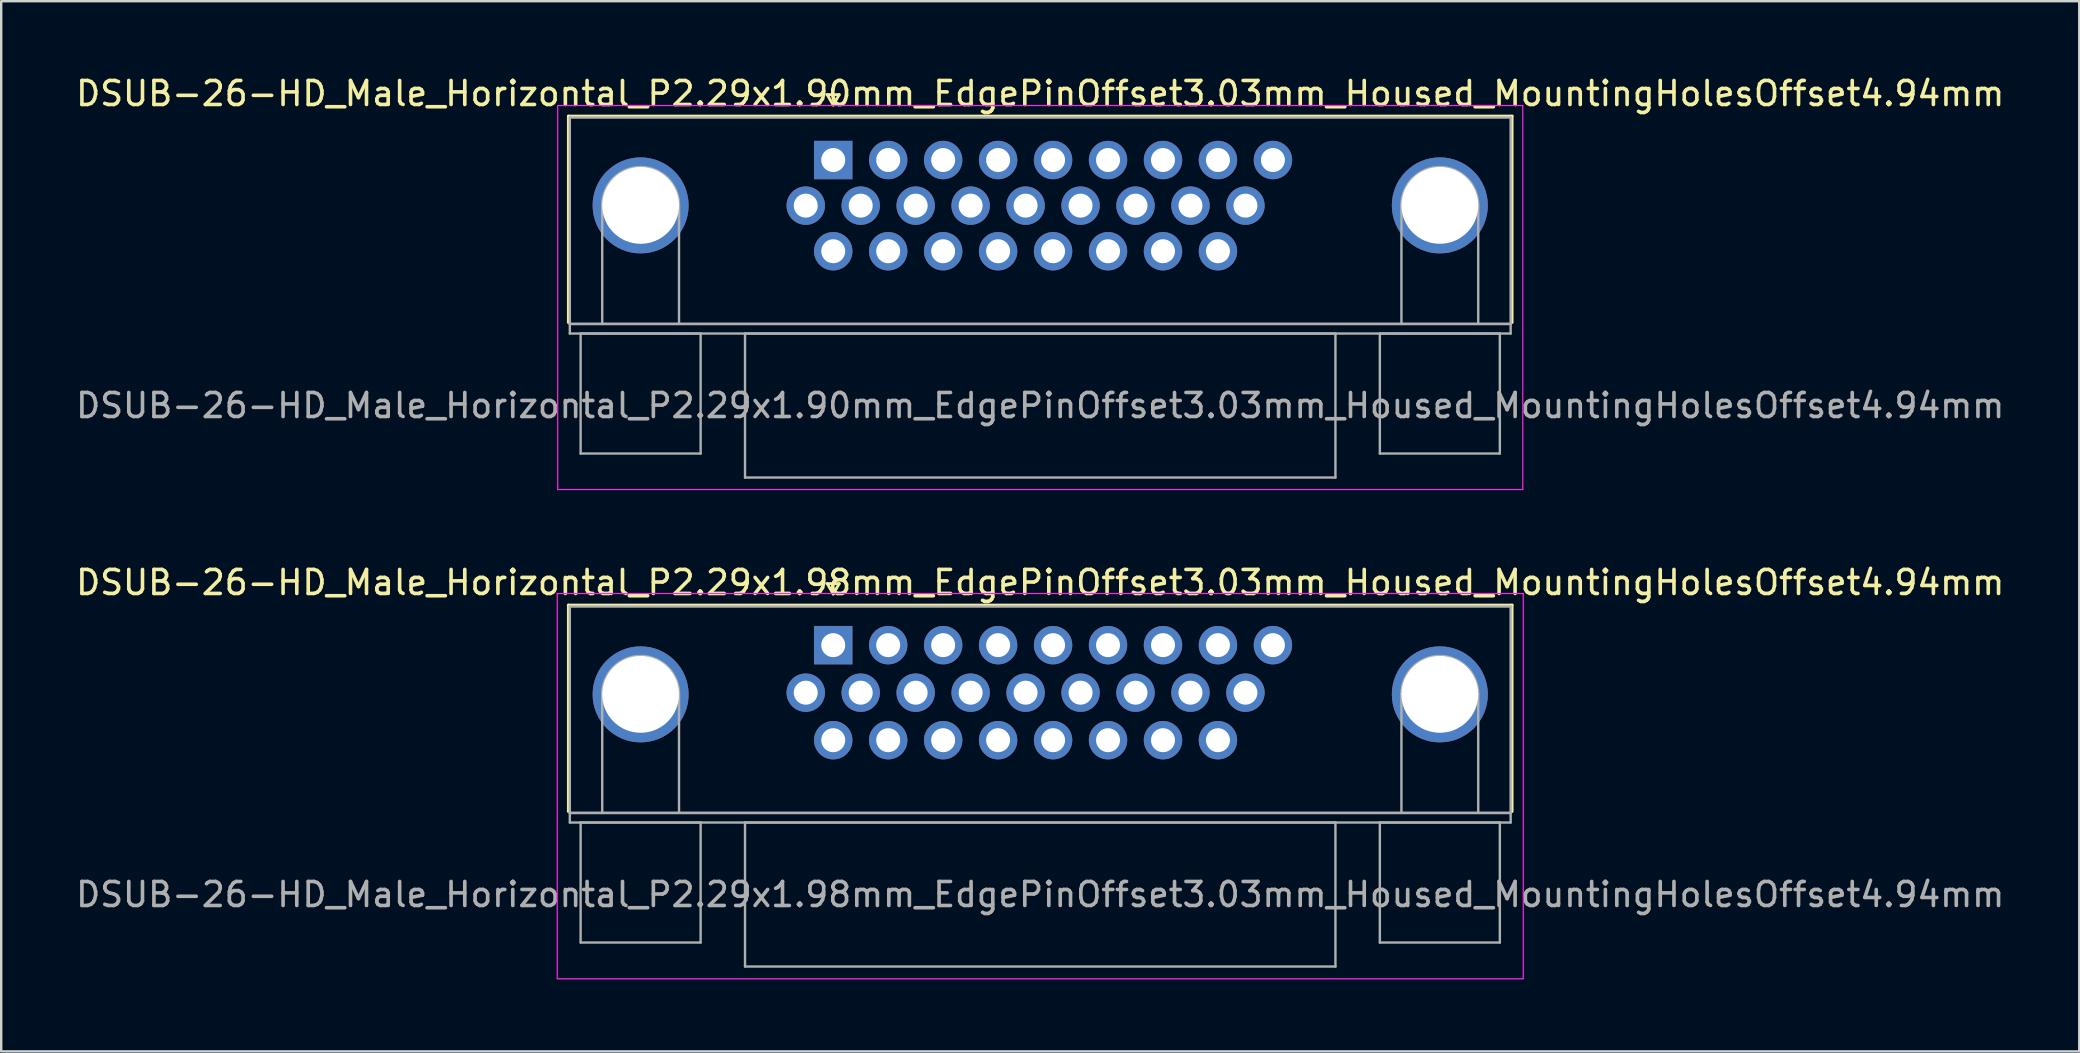
<source format=kicad_pcb>
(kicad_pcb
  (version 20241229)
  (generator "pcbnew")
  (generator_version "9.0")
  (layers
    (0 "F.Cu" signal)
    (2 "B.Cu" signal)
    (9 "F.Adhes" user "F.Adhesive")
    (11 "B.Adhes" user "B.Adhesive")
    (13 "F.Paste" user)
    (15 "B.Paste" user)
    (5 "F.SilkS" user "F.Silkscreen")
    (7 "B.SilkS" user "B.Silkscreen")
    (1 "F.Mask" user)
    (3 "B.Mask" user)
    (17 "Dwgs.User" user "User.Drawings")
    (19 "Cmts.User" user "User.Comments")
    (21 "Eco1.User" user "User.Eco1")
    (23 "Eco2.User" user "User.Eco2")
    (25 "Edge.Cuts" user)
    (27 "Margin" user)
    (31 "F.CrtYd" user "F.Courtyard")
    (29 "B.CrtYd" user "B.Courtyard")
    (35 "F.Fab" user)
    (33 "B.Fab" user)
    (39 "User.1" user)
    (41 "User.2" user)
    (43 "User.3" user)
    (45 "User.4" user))
  (footprint "DSUB-26-HD_Male_Horizontal_P2.29x1.98mm_EdgePinOffset3.03mm_Housed_MountingHolesOffset4.94mm"
    (layer "F.Cu")
    (at 31.667 23.831)
    (property "Reference" "DSUB-26-HD_Male_Horizontal_P2.29x1.98mm_EdgePinOffset3.03mm_Housed_MountingHolesOffset4.94mm" (at 8.625 -2.61 0) (layer "F.SilkS") (effects (font (size 1 1) (thickness 0.15))))
    (attr through_hole)
    (fp_line (start -11.035 -1.67) (end 28.285 -1.67) (stroke (width 0.12) (type solid)) (layer "F.SilkS"))
    (fp_line (start -11.035 6.93) (end -11.035 -1.67) (stroke (width 0.12) (type solid)) (layer "F.SilkS"))
    (fp_line (start -0.25 -2.564) (end 0.25 -2.564) (stroke (width 0.12) (type solid)) (layer "F.SilkS"))
    (fp_line (start 0 -2.131) (end -0.25 -2.564) (stroke (width 0.12) (type solid)) (layer "F.SilkS"))
    (fp_line (start 0.25 -2.564) (end 0 -2.131) (stroke (width 0.12) (type solid)) (layer "F.SilkS"))
    (fp_line (start 28.285 -1.67) (end 28.285 6.93) (stroke (width 0.12) (type solid)) (layer "F.SilkS"))
    (fp_line (start -11.5 -2.15) (end -11.5 13.9) (stroke (width 0.05) (type solid)) (layer "F.CrtYd"))
    (fp_line (start -11.5 13.9) (end 28.75 13.9) (stroke (width 0.05) (type solid)) (layer "F.CrtYd"))
    (fp_line (start 28.75 -2.15) (end -11.5 -2.15) (stroke (width 0.05) (type solid)) (layer "F.CrtYd"))
    (fp_line (start 28.75 13.9) (end 28.75 -2.15) (stroke (width 0.05) (type solid)) (layer "F.CrtYd"))
    (fp_line (start -10.975 -1.61) (end -10.975 6.99) (stroke (width 0.1) (type solid)) (layer "F.Fab"))
    (fp_line (start -10.975 6.99) (end -10.975 7.39) (stroke (width 0.1) (type solid)) (layer "F.Fab"))
    (fp_line (start -10.975 6.99) (end 28.225 6.99) (stroke (width 0.1) (type solid)) (layer "F.Fab"))
    (fp_line (start -10.975 7.39) (end 28.225 7.39) (stroke (width 0.1) (type solid)) (layer "F.Fab"))
    (fp_line (start -10.525 7.39) (end -10.525 12.39) (stroke (width 0.1) (type solid)) (layer "F.Fab"))
    (fp_line (start -10.525 12.39) (end -5.525 12.39) (stroke (width 0.1) (type solid)) (layer "F.Fab"))
    (fp_line (start -9.625 6.99) (end -9.625 2.05) (stroke (width 0.1) (type solid)) (layer "F.Fab"))
    (fp_line (start -6.425 6.99) (end -6.425 2.05) (stroke (width 0.1) (type solid)) (layer "F.Fab"))
    (fp_line (start -5.525 7.39) (end -10.525 7.39) (stroke (width 0.1) (type solid)) (layer "F.Fab"))
    (fp_line (start -5.525 12.39) (end -5.525 7.39) (stroke (width 0.1) (type solid)) (layer "F.Fab"))
    (fp_line (start -3.675 7.39) (end -3.675 13.39) (stroke (width 0.1) (type solid)) (layer "F.Fab"))
    (fp_line (start -3.675 13.39) (end 20.925 13.39) (stroke (width 0.1) (type solid)) (layer "F.Fab"))
    (fp_line (start 20.925 7.39) (end -3.675 7.39) (stroke (width 0.1) (type solid)) (layer "F.Fab"))
    (fp_line (start 20.925 13.39) (end 20.925 7.39) (stroke (width 0.1) (type solid)) (layer "F.Fab"))
    (fp_line (start 22.775 7.39) (end 22.775 12.39) (stroke (width 0.1) (type solid)) (layer "F.Fab"))
    (fp_line (start 22.775 12.39) (end 27.775 12.39) (stroke (width 0.1) (type solid)) (layer "F.Fab"))
    (fp_line (start 23.675 6.99) (end 23.675 2.05) (stroke (width 0.1) (type solid)) (layer "F.Fab"))
    (fp_line (start 26.875 6.99) (end 26.875 2.05) (stroke (width 0.1) (type solid)) (layer "F.Fab"))
    (fp_line (start 27.775 7.39) (end 22.775 7.39) (stroke (width 0.1) (type solid)) (layer "F.Fab"))
    (fp_line (start 27.775 12.39) (end 27.775 7.39) (stroke (width 0.1) (type solid)) (layer "F.Fab"))
    (fp_line (start 28.225 -1.61) (end -10.975 -1.61) (stroke (width 0.1) (type solid)) (layer "F.Fab"))
    (fp_line (start 28.225 6.99) (end -10.975 6.99) (stroke (width 0.1) (type solid)) (layer "F.Fab"))
    (fp_line (start 28.225 6.99) (end 28.225 -1.61) (stroke (width 0.1) (type solid)) (layer "F.Fab"))
    (fp_line (start 28.225 7.39) (end 28.225 6.99) (stroke (width 0.1) (type solid)) (layer "F.Fab"))
    (fp_arc (start -9.625 2.05) (mid -8.025 0.45) (end -6.425 2.05) (stroke (width 0.1) (type solid)) (layer "F.Fab"))
    (fp_arc (start 23.675 2.05) (mid 25.275 0.45) (end 26.875 2.05) (stroke (width 0.1) (type solid)) (layer "F.Fab"))
    (fp_text user "${REFERENCE}" (at 8.625 10.39 0) (layer "F.Fab") (effects (font (size 1 1) (thickness 0.15))))
    (pad "0" thru_hole circle (at -8.025 2.05) (size 4 4) (drill 3.2) (layers "*.Cu" "*.Mask"))
    (pad "0" thru_hole circle (at 25.275 2.05) (size 4 4) (drill 3.2) (layers "*.Cu" "*.Mask"))
    (pad "1" thru_hole rect (at 0 0) (size 1.6 1.6) (drill 1) (layers "*.Cu" "*.Mask"))
    (pad "2" thru_hole circle (at 2.29 0) (size 1.6 1.6) (drill 1) (layers "*.Cu" "*.Mask"))
    (pad "3" thru_hole circle (at 4.58 0) (size 1.6 1.6) (drill 1) (layers "*.Cu" "*.Mask"))
    (pad "4" thru_hole circle (at 6.87 0) (size 1.6 1.6) (drill 1) (layers "*.Cu" "*.Mask"))
    (pad "5" thru_hole circle (at 9.16 0) (size 1.6 1.6) (drill 1) (layers "*.Cu" "*.Mask"))
    (pad "6" thru_hole circle (at 11.45 0) (size 1.6 1.6) (drill 1) (layers "*.Cu" "*.Mask"))
    (pad "7" thru_hole circle (at 13.74 0) (size 1.6 1.6) (drill 1) (layers "*.Cu" "*.Mask"))
    (pad "8" thru_hole circle (at 16.03 0) (size 1.6 1.6) (drill 1) (layers "*.Cu" "*.Mask"))
    (pad "9" thru_hole circle (at 18.32 0) (size 1.6 1.6) (drill 1) (layers "*.Cu" "*.Mask"))
    (pad "10" thru_hole circle (at -1.145 1.98) (size 1.6 1.6) (drill 1) (layers "*.Cu" "*.Mask"))
    (pad "11" thru_hole circle (at 1.145 1.98) (size 1.6 1.6) (drill 1) (layers "*.Cu" "*.Mask"))
    (pad "12" thru_hole circle (at 3.435 1.98) (size 1.6 1.6) (drill 1) (layers "*.Cu" "*.Mask"))
    (pad "13" thru_hole circle (at 5.725 1.98) (size 1.6 1.6) (drill 1) (layers "*.Cu" "*.Mask"))
    (pad "14" thru_hole circle (at 8.015 1.98) (size 1.6 1.6) (drill 1) (layers "*.Cu" "*.Mask"))
    (pad "15" thru_hole circle (at 10.305 1.98) (size 1.6 1.6) (drill 1) (layers "*.Cu" "*.Mask"))
    (pad "16" thru_hole circle (at 12.595 1.98) (size 1.6 1.6) (drill 1) (layers "*.Cu" "*.Mask"))
    (pad "17" thru_hole circle (at 14.885 1.98) (size 1.6 1.6) (drill 1) (layers "*.Cu" "*.Mask"))
    (pad "18" thru_hole circle (at 17.175 1.98) (size 1.6 1.6) (drill 1) (layers "*.Cu" "*.Mask"))
    (pad "19" thru_hole circle (at 0 3.96) (size 1.6 1.6) (drill 1) (layers "*.Cu" "*.Mask"))
    (pad "20" thru_hole circle (at 2.29 3.96) (size 1.6 1.6) (drill 1) (layers "*.Cu" "*.Mask"))
    (pad "21" thru_hole circle (at 4.58 3.96) (size 1.6 1.6) (drill 1) (layers "*.Cu" "*.Mask"))
    (pad "22" thru_hole circle (at 6.87 3.96) (size 1.6 1.6) (drill 1) (layers "*.Cu" "*.Mask"))
    (pad "23" thru_hole circle (at 9.16 3.96) (size 1.6 1.6) (drill 1) (layers "*.Cu" "*.Mask"))
    (pad "24" thru_hole circle (at 11.45 3.96) (size 1.6 1.6) (drill 1) (layers "*.Cu" "*.Mask"))
    (pad "25" thru_hole circle (at 13.74 3.96) (size 1.6 1.6) (drill 1) (layers "*.Cu" "*.Mask"))
    (pad "26" thru_hole circle (at 16.03 3.96) (size 1.6 1.6) (drill 1) (layers "*.Cu" "*.Mask")))
  (footprint "DSUB-26-HD_Male_Horizontal_P2.29x1.90mm_EdgePinOffset3.03mm_Housed_MountingHolesOffset4.94mm"
    (layer "F.Cu")
    (at 31.667 3.618)
    (property "Reference" "DSUB-26-HD_Male_Horizontal_P2.29x1.90mm_EdgePinOffset3.03mm_Housed_MountingHolesOffset4.94mm" (at 8.625 -2.77 0) (layer "F.SilkS") (effects (font (size 1 1) (thickness 0.15))))
    (attr through_hole)
    (fp_line (start -11.035 -1.83) (end 28.285 -1.83) (stroke (width 0.12) (type solid)) (layer "F.SilkS"))
    (fp_line (start -11.035 6.77) (end -11.035 -1.83) (stroke (width 0.12) (type solid)) (layer "F.SilkS"))
    (fp_line (start -0.25 -2.724) (end 0.25 -2.724) (stroke (width 0.12) (type solid)) (layer "F.SilkS"))
    (fp_line (start 0 -2.291) (end -0.25 -2.724) (stroke (width 0.12) (type solid)) (layer "F.SilkS"))
    (fp_line (start 0.25 -2.724) (end 0 -2.291) (stroke (width 0.12) (type solid)) (layer "F.SilkS"))
    (fp_line (start 28.285 -1.83) (end 28.285 6.77) (stroke (width 0.12) (type solid)) (layer "F.SilkS"))
    (fp_line (start -11.48 -2.27) (end -11.48 13.73) (stroke (width 0.05) (type solid)) (layer "F.CrtYd"))
    (fp_line (start -11.48 13.73) (end 28.73 13.73) (stroke (width 0.05) (type solid)) (layer "F.CrtYd"))
    (fp_line (start 28.73 -2.27) (end -11.48 -2.27) (stroke (width 0.05) (type solid)) (layer "F.CrtYd"))
    (fp_line (start 28.73 13.73) (end 28.73 -2.27) (stroke (width 0.05) (type solid)) (layer "F.CrtYd"))
    (fp_line (start -10.975 -1.77) (end -10.975 6.83) (stroke (width 0.1) (type solid)) (layer "F.Fab"))
    (fp_line (start -10.975 6.83) (end -10.975 7.23) (stroke (width 0.1) (type solid)) (layer "F.Fab"))
    (fp_line (start -10.975 6.83) (end 28.225 6.83) (stroke (width 0.1) (type solid)) (layer "F.Fab"))
    (fp_line (start -10.975 7.23) (end 28.225 7.23) (stroke (width 0.1) (type solid)) (layer "F.Fab"))
    (fp_line (start -10.525 7.23) (end -10.525 12.23) (stroke (width 0.1) (type solid)) (layer "F.Fab"))
    (fp_line (start -10.525 12.23) (end -5.525 12.23) (stroke (width 0.1) (type solid)) (layer "F.Fab"))
    (fp_line (start -9.625 6.83) (end -9.625 1.89) (stroke (width 0.1) (type solid)) (layer "F.Fab"))
    (fp_line (start -6.425 6.83) (end -6.425 1.89) (stroke (width 0.1) (type solid)) (layer "F.Fab"))
    (fp_line (start -5.525 7.23) (end -10.525 7.23) (stroke (width 0.1) (type solid)) (layer "F.Fab"))
    (fp_line (start -5.525 12.23) (end -5.525 7.23) (stroke (width 0.1) (type solid)) (layer "F.Fab"))
    (fp_line (start -3.675 7.23) (end -3.675 13.23) (stroke (width 0.1) (type solid)) (layer "F.Fab"))
    (fp_line (start -3.675 13.23) (end 20.925 13.23) (stroke (width 0.1) (type solid)) (layer "F.Fab"))
    (fp_line (start 20.925 7.23) (end -3.675 7.23) (stroke (width 0.1) (type solid)) (layer "F.Fab"))
    (fp_line (start 20.925 13.23) (end 20.925 7.23) (stroke (width 0.1) (type solid)) (layer "F.Fab"))
    (fp_line (start 22.775 7.23) (end 22.775 12.23) (stroke (width 0.1) (type solid)) (layer "F.Fab"))
    (fp_line (start 22.775 12.23) (end 27.775 12.23) (stroke (width 0.1) (type solid)) (layer "F.Fab"))
    (fp_line (start 23.675 6.83) (end 23.675 1.89) (stroke (width 0.1) (type solid)) (layer "F.Fab"))
    (fp_line (start 26.875 6.83) (end 26.875 1.89) (stroke (width 0.1) (type solid)) (layer "F.Fab"))
    (fp_line (start 27.775 7.23) (end 22.775 7.23) (stroke (width 0.1) (type solid)) (layer "F.Fab"))
    (fp_line (start 27.775 12.23) (end 27.775 7.23) (stroke (width 0.1) (type solid)) (layer "F.Fab"))
    (fp_line (start 28.225 -1.77) (end -10.975 -1.77) (stroke (width 0.1) (type solid)) (layer "F.Fab"))
    (fp_line (start 28.225 6.83) (end -10.975 6.83) (stroke (width 0.1) (type solid)) (layer "F.Fab"))
    (fp_line (start 28.225 6.83) (end 28.225 -1.77) (stroke (width 0.1) (type solid)) (layer "F.Fab"))
    (fp_line (start 28.225 7.23) (end 28.225 6.83) (stroke (width 0.1) (type solid)) (layer "F.Fab"))
    (fp_arc (start -9.625 1.89) (mid -8.025 0.29) (end -6.425 1.89) (stroke (width 0.1) (type solid)) (layer "F.Fab"))
    (fp_arc (start 23.675 1.89) (mid 25.275 0.29) (end 26.875 1.89) (stroke (width 0.1) (type solid)) (layer "F.Fab"))
    (fp_text user "${REFERENCE}" (at 8.625 10.23 0) (layer "F.Fab") (effects (font (size 1 1) (thickness 0.15))))
    (pad "0" thru_hole circle (at -8.025 1.89) (size 4 4) (drill 3.2) (layers "*.Cu" "*.Mask"))
    (pad "0" thru_hole circle (at 25.275 1.89) (size 4 4) (drill 3.2) (layers "*.Cu" "*.Mask"))
    (pad "1" thru_hole rect (at 0 0) (size 1.6 1.6) (drill 1) (layers "*.Cu" "*.Mask"))
    (pad "2" thru_hole circle (at 2.29 0) (size 1.6 1.6) (drill 1) (layers "*.Cu" "*.Mask"))
    (pad "3" thru_hole circle (at 4.58 0) (size 1.6 1.6) (drill 1) (layers "*.Cu" "*.Mask"))
    (pad "4" thru_hole circle (at 6.87 0) (size 1.6 1.6) (drill 1) (layers "*.Cu" "*.Mask"))
    (pad "5" thru_hole circle (at 9.16 0) (size 1.6 1.6) (drill 1) (layers "*.Cu" "*.Mask"))
    (pad "6" thru_hole circle (at 11.45 0) (size 1.6 1.6) (drill 1) (layers "*.Cu" "*.Mask"))
    (pad "7" thru_hole circle (at 13.74 0) (size 1.6 1.6) (drill 1) (layers "*.Cu" "*.Mask"))
    (pad "8" thru_hole circle (at 16.03 0) (size 1.6 1.6) (drill 1) (layers "*.Cu" "*.Mask"))
    (pad "9" thru_hole circle (at 18.32 0) (size 1.6 1.6) (drill 1) (layers "*.Cu" "*.Mask"))
    (pad "10" thru_hole circle (at -1.145 1.9) (size 1.6 1.6) (drill 1) (layers "*.Cu" "*.Mask"))
    (pad "11" thru_hole circle (at 1.145 1.9) (size 1.6 1.6) (drill 1) (layers "*.Cu" "*.Mask"))
    (pad "12" thru_hole circle (at 3.435 1.9) (size 1.6 1.6) (drill 1) (layers "*.Cu" "*.Mask"))
    (pad "13" thru_hole circle (at 5.725 1.9) (size 1.6 1.6) (drill 1) (layers "*.Cu" "*.Mask"))
    (pad "14" thru_hole circle (at 8.015 1.9) (size 1.6 1.6) (drill 1) (layers "*.Cu" "*.Mask"))
    (pad "15" thru_hole circle (at 10.305 1.9) (size 1.6 1.6) (drill 1) (layers "*.Cu" "*.Mask"))
    (pad "16" thru_hole circle (at 12.595 1.9) (size 1.6 1.6) (drill 1) (layers "*.Cu" "*.Mask"))
    (pad "17" thru_hole circle (at 14.885 1.9) (size 1.6 1.6) (drill 1) (layers "*.Cu" "*.Mask"))
    (pad "18" thru_hole circle (at 17.175 1.9) (size 1.6 1.6) (drill 1) (layers "*.Cu" "*.Mask"))
    (pad "19" thru_hole circle (at 0 3.8) (size 1.6 1.6) (drill 1) (layers "*.Cu" "*.Mask"))
    (pad "20" thru_hole circle (at 2.29 3.8) (size 1.6 1.6) (drill 1) (layers "*.Cu" "*.Mask"))
    (pad "21" thru_hole circle (at 4.58 3.8) (size 1.6 1.6) (drill 1) (layers "*.Cu" "*.Mask"))
    (pad "22" thru_hole circle (at 6.87 3.8) (size 1.6 1.6) (drill 1) (layers "*.Cu" "*.Mask"))
    (pad "23" thru_hole circle (at 9.16 3.8) (size 1.6 1.6) (drill 1) (layers "*.Cu" "*.Mask"))
    (pad "24" thru_hole circle (at 11.45 3.8) (size 1.6 1.6) (drill 1) (layers "*.Cu" "*.Mask"))
    (pad "25" thru_hole circle (at 13.74 3.8) (size 1.6 1.6) (drill 1) (layers "*.Cu" "*.Mask"))
    (pad "26" thru_hole circle (at 16.03 3.8) (size 1.6 1.6) (drill 1) (layers "*.Cu" "*.Mask")))
  (gr_rect
    (start -3 -3)
    (end 83.583 40.757)
    (stroke (width 0.1) (type default))
    (fill no)
    (layer "Edge.Cuts")))
</source>
